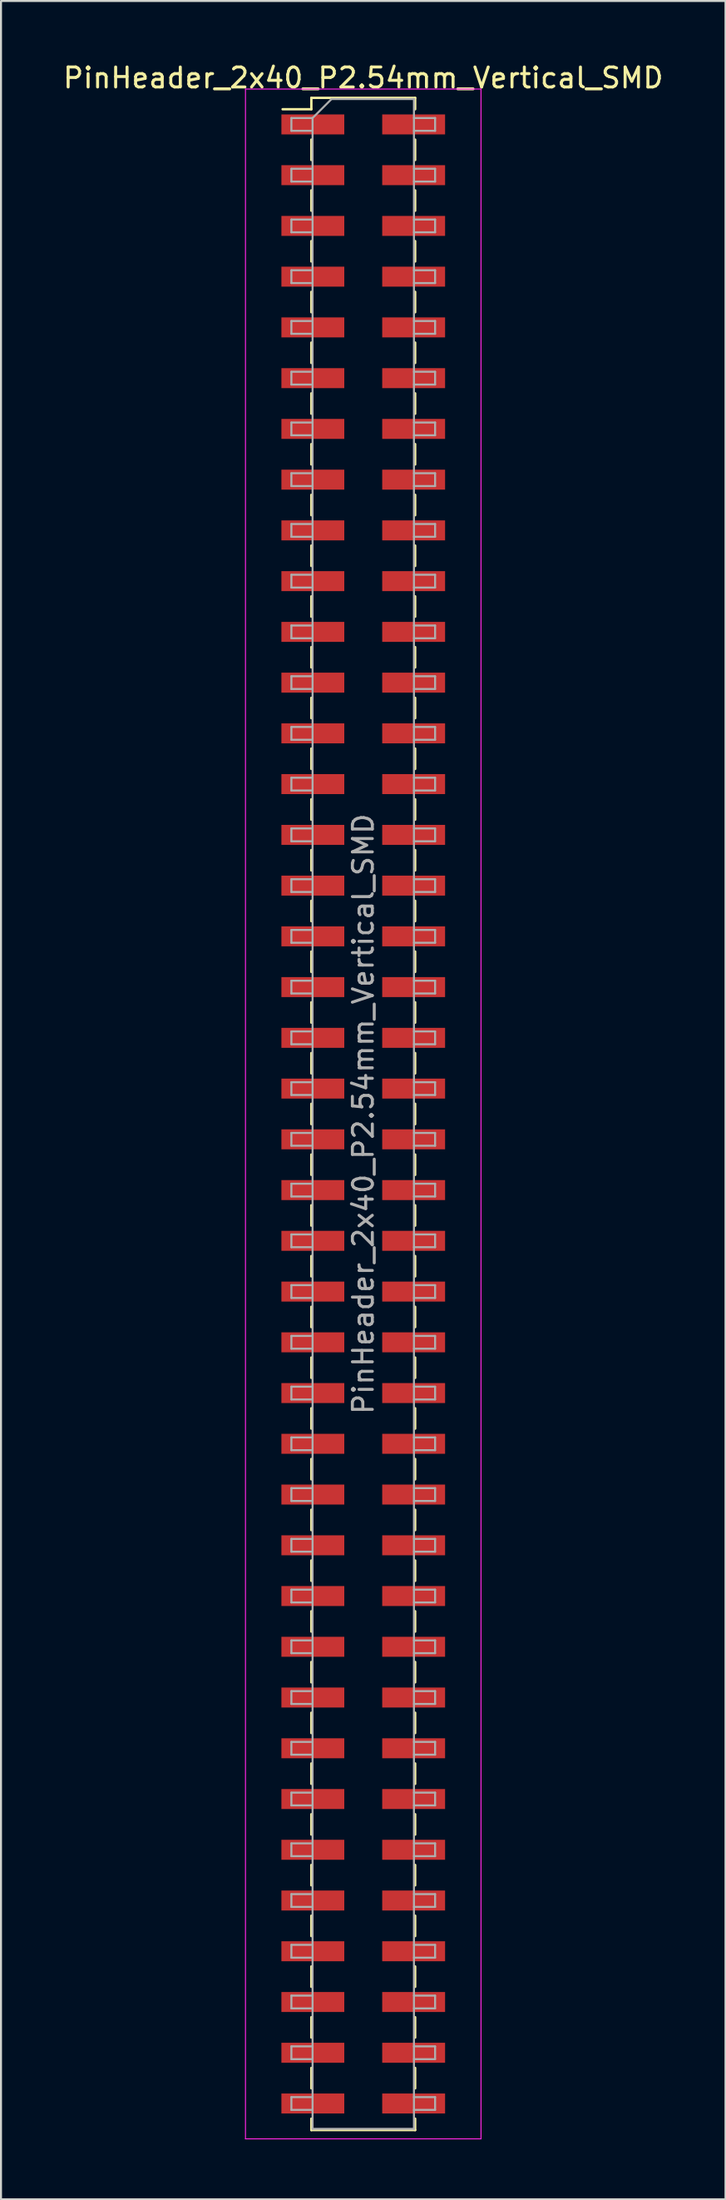
<source format=kicad_pcb>
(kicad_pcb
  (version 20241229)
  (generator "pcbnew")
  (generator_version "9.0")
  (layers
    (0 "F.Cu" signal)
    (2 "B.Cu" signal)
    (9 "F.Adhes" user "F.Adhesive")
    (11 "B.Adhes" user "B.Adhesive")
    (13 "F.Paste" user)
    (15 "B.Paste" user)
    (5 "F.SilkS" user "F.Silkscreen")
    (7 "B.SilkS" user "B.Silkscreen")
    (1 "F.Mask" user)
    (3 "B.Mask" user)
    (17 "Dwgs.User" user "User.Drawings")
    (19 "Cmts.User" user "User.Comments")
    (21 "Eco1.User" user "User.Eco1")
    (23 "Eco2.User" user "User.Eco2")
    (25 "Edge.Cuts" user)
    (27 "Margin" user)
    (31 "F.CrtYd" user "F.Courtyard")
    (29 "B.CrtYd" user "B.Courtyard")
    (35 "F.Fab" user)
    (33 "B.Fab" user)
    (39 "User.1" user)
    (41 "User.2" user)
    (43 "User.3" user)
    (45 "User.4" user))
  (footprint "PinHeader_2x40_P2.54mm_Vertical_SMD"
    (layer "F.Cu")
    (at 15.149 52.708)
    (property "Reference" "PinHeader_2x40_P2.54mm_Vertical_SMD" (at 0 -51.86 0) (layer "F.SilkS") (effects (font (size 1 1) (thickness 0.15))))
    (attr smd)
    (fp_line (start -4.04 -50.29) (end -2.6 -50.29) (stroke (width 0.12) (type solid)) (layer "F.SilkS"))
    (fp_line (start -2.6 -50.86) (end -2.6 -50.29) (stroke (width 0.12) (type solid)) (layer "F.SilkS"))
    (fp_line (start -2.6 -50.86) (end 2.6 -50.86) (stroke (width 0.12) (type solid)) (layer "F.SilkS"))
    (fp_line (start -2.6 -48.77) (end -2.6 -47.75) (stroke (width 0.12) (type solid)) (layer "F.SilkS"))
    (fp_line (start -2.6 -46.23) (end -2.6 -45.21) (stroke (width 0.12) (type solid)) (layer "F.SilkS"))
    (fp_line (start -2.6 -43.69) (end -2.6 -42.67) (stroke (width 0.12) (type solid)) (layer "F.SilkS"))
    (fp_line (start -2.6 -41.15) (end -2.6 -40.13) (stroke (width 0.12) (type solid)) (layer "F.SilkS"))
    (fp_line (start -2.6 -38.61) (end -2.6 -37.59) (stroke (width 0.12) (type solid)) (layer "F.SilkS"))
    (fp_line (start -2.6 -36.07) (end -2.6 -35.05) (stroke (width 0.12) (type solid)) (layer "F.SilkS"))
    (fp_line (start -2.6 -33.53) (end -2.6 -32.51) (stroke (width 0.12) (type solid)) (layer "F.SilkS"))
    (fp_line (start -2.6 -30.99) (end -2.6 -29.97) (stroke (width 0.12) (type solid)) (layer "F.SilkS"))
    (fp_line (start -2.6 -28.45) (end -2.6 -27.43) (stroke (width 0.12) (type solid)) (layer "F.SilkS"))
    (fp_line (start -2.6 -25.91) (end -2.6 -24.89) (stroke (width 0.12) (type solid)) (layer "F.SilkS"))
    (fp_line (start -2.6 -23.37) (end -2.6 -22.35) (stroke (width 0.12) (type solid)) (layer "F.SilkS"))
    (fp_line (start -2.6 -20.83) (end -2.6 -19.81) (stroke (width 0.12) (type solid)) (layer "F.SilkS"))
    (fp_line (start -2.6 -18.29) (end -2.6 -17.27) (stroke (width 0.12) (type solid)) (layer "F.SilkS"))
    (fp_line (start -2.6 -15.75) (end -2.6 -14.73) (stroke (width 0.12) (type solid)) (layer "F.SilkS"))
    (fp_line (start -2.6 -13.21) (end -2.6 -12.19) (stroke (width 0.12) (type solid)) (layer "F.SilkS"))
    (fp_line (start -2.6 -10.67) (end -2.6 -9.65) (stroke (width 0.12) (type solid)) (layer "F.SilkS"))
    (fp_line (start -2.6 -8.13) (end -2.6 -7.11) (stroke (width 0.12) (type solid)) (layer "F.SilkS"))
    (fp_line (start -2.6 -5.59) (end -2.6 -4.57) (stroke (width 0.12) (type solid)) (layer "F.SilkS"))
    (fp_line (start -2.6 -3.05) (end -2.6 -2.03) (stroke (width 0.12) (type solid)) (layer "F.SilkS"))
    (fp_line (start -2.6 -0.51) (end -2.6 0.51) (stroke (width 0.12) (type solid)) (layer "F.SilkS"))
    (fp_line (start -2.6 2.03) (end -2.6 3.05) (stroke (width 0.12) (type solid)) (layer "F.SilkS"))
    (fp_line (start -2.6 4.57) (end -2.6 5.59) (stroke (width 0.12) (type solid)) (layer "F.SilkS"))
    (fp_line (start -2.6 7.11) (end -2.6 8.13) (stroke (width 0.12) (type solid)) (layer "F.SilkS"))
    (fp_line (start -2.6 9.65) (end -2.6 10.67) (stroke (width 0.12) (type solid)) (layer "F.SilkS"))
    (fp_line (start -2.6 12.19) (end -2.6 13.21) (stroke (width 0.12) (type solid)) (layer "F.SilkS"))
    (fp_line (start -2.6 14.73) (end -2.6 15.75) (stroke (width 0.12) (type solid)) (layer "F.SilkS"))
    (fp_line (start -2.6 17.27) (end -2.6 18.29) (stroke (width 0.12) (type solid)) (layer "F.SilkS"))
    (fp_line (start -2.6 19.81) (end -2.6 20.83) (stroke (width 0.12) (type solid)) (layer "F.SilkS"))
    (fp_line (start -2.6 22.35) (end -2.6 23.37) (stroke (width 0.12) (type solid)) (layer "F.SilkS"))
    (fp_line (start -2.6 24.89) (end -2.6 25.91) (stroke (width 0.12) (type solid)) (layer "F.SilkS"))
    (fp_line (start -2.6 27.43) (end -2.6 28.45) (stroke (width 0.12) (type solid)) (layer "F.SilkS"))
    (fp_line (start -2.6 29.97) (end -2.6 30.99) (stroke (width 0.12) (type solid)) (layer "F.SilkS"))
    (fp_line (start -2.6 32.51) (end -2.6 33.53) (stroke (width 0.12) (type solid)) (layer "F.SilkS"))
    (fp_line (start -2.6 35.05) (end -2.6 36.07) (stroke (width 0.12) (type solid)) (layer "F.SilkS"))
    (fp_line (start -2.6 37.59) (end -2.6 38.61) (stroke (width 0.12) (type solid)) (layer "F.SilkS"))
    (fp_line (start -2.6 40.13) (end -2.6 41.15) (stroke (width 0.12) (type solid)) (layer "F.SilkS"))
    (fp_line (start -2.6 42.67) (end -2.6 43.69) (stroke (width 0.12) (type solid)) (layer "F.SilkS"))
    (fp_line (start -2.6 45.21) (end -2.6 46.23) (stroke (width 0.12) (type solid)) (layer "F.SilkS"))
    (fp_line (start -2.6 47.75) (end -2.6 48.77) (stroke (width 0.12) (type solid)) (layer "F.SilkS"))
    (fp_line (start -2.6 50.29) (end -2.6 50.86) (stroke (width 0.12) (type solid)) (layer "F.SilkS"))
    (fp_line (start -2.6 50.86) (end 2.6 50.86) (stroke (width 0.12) (type solid)) (layer "F.SilkS"))
    (fp_line (start 2.6 -50.86) (end 2.6 -50.29) (stroke (width 0.12) (type solid)) (layer "F.SilkS"))
    (fp_line (start 2.6 -48.77) (end 2.6 -47.75) (stroke (width 0.12) (type solid)) (layer "F.SilkS"))
    (fp_line (start 2.6 -46.23) (end 2.6 -45.21) (stroke (width 0.12) (type solid)) (layer "F.SilkS"))
    (fp_line (start 2.6 -43.69) (end 2.6 -42.67) (stroke (width 0.12) (type solid)) (layer "F.SilkS"))
    (fp_line (start 2.6 -41.15) (end 2.6 -40.13) (stroke (width 0.12) (type solid)) (layer "F.SilkS"))
    (fp_line (start 2.6 -38.61) (end 2.6 -37.59) (stroke (width 0.12) (type solid)) (layer "F.SilkS"))
    (fp_line (start 2.6 -36.07) (end 2.6 -35.05) (stroke (width 0.12) (type solid)) (layer "F.SilkS"))
    (fp_line (start 2.6 -33.53) (end 2.6 -32.51) (stroke (width 0.12) (type solid)) (layer "F.SilkS"))
    (fp_line (start 2.6 -30.99) (end 2.6 -29.97) (stroke (width 0.12) (type solid)) (layer "F.SilkS"))
    (fp_line (start 2.6 -28.45) (end 2.6 -27.43) (stroke (width 0.12) (type solid)) (layer "F.SilkS"))
    (fp_line (start 2.6 -25.91) (end 2.6 -24.89) (stroke (width 0.12) (type solid)) (layer "F.SilkS"))
    (fp_line (start 2.6 -23.37) (end 2.6 -22.35) (stroke (width 0.12) (type solid)) (layer "F.SilkS"))
    (fp_line (start 2.6 -20.83) (end 2.6 -19.81) (stroke (width 0.12) (type solid)) (layer "F.SilkS"))
    (fp_line (start 2.6 -18.29) (end 2.6 -17.27) (stroke (width 0.12) (type solid)) (layer "F.SilkS"))
    (fp_line (start 2.6 -15.75) (end 2.6 -14.73) (stroke (width 0.12) (type solid)) (layer "F.SilkS"))
    (fp_line (start 2.6 -13.21) (end 2.6 -12.19) (stroke (width 0.12) (type solid)) (layer "F.SilkS"))
    (fp_line (start 2.6 -10.67) (end 2.6 -9.65) (stroke (width 0.12) (type solid)) (layer "F.SilkS"))
    (fp_line (start 2.6 -8.13) (end 2.6 -7.11) (stroke (width 0.12) (type solid)) (layer "F.SilkS"))
    (fp_line (start 2.6 -5.59) (end 2.6 -4.57) (stroke (width 0.12) (type solid)) (layer "F.SilkS"))
    (fp_line (start 2.6 -3.05) (end 2.6 -2.03) (stroke (width 0.12) (type solid)) (layer "F.SilkS"))
    (fp_line (start 2.6 -0.51) (end 2.6 0.51) (stroke (width 0.12) (type solid)) (layer "F.SilkS"))
    (fp_line (start 2.6 2.03) (end 2.6 3.05) (stroke (width 0.12) (type solid)) (layer "F.SilkS"))
    (fp_line (start 2.6 4.57) (end 2.6 5.59) (stroke (width 0.12) (type solid)) (layer "F.SilkS"))
    (fp_line (start 2.6 7.11) (end 2.6 8.13) (stroke (width 0.12) (type solid)) (layer "F.SilkS"))
    (fp_line (start 2.6 9.65) (end 2.6 10.67) (stroke (width 0.12) (type solid)) (layer "F.SilkS"))
    (fp_line (start 2.6 12.19) (end 2.6 13.21) (stroke (width 0.12) (type solid)) (layer "F.SilkS"))
    (fp_line (start 2.6 14.73) (end 2.6 15.75) (stroke (width 0.12) (type solid)) (layer "F.SilkS"))
    (fp_line (start 2.6 17.27) (end 2.6 18.29) (stroke (width 0.12) (type solid)) (layer "F.SilkS"))
    (fp_line (start 2.6 19.81) (end 2.6 20.83) (stroke (width 0.12) (type solid)) (layer "F.SilkS"))
    (fp_line (start 2.6 22.35) (end 2.6 23.37) (stroke (width 0.12) (type solid)) (layer "F.SilkS"))
    (fp_line (start 2.6 24.89) (end 2.6 25.91) (stroke (width 0.12) (type solid)) (layer "F.SilkS"))
    (fp_line (start 2.6 27.43) (end 2.6 28.45) (stroke (width 0.12) (type solid)) (layer "F.SilkS"))
    (fp_line (start 2.6 29.97) (end 2.6 30.99) (stroke (width 0.12) (type solid)) (layer "F.SilkS"))
    (fp_line (start 2.6 32.51) (end 2.6 33.53) (stroke (width 0.12) (type solid)) (layer "F.SilkS"))
    (fp_line (start 2.6 35.05) (end 2.6 36.07) (stroke (width 0.12) (type solid)) (layer "F.SilkS"))
    (fp_line (start 2.6 37.59) (end 2.6 38.61) (stroke (width 0.12) (type solid)) (layer "F.SilkS"))
    (fp_line (start 2.6 40.13) (end 2.6 41.15) (stroke (width 0.12) (type solid)) (layer "F.SilkS"))
    (fp_line (start 2.6 42.67) (end 2.6 43.69) (stroke (width 0.12) (type solid)) (layer "F.SilkS"))
    (fp_line (start 2.6 45.21) (end 2.6 46.23) (stroke (width 0.12) (type solid)) (layer "F.SilkS"))
    (fp_line (start 2.6 47.75) (end 2.6 48.77) (stroke (width 0.12) (type solid)) (layer "F.SilkS"))
    (fp_line (start 2.6 50.29) (end 2.6 50.86) (stroke (width 0.12) (type solid)) (layer "F.SilkS"))
    (fp_line (start -5.9 -51.3) (end -5.9 51.3) (stroke (width 0.05) (type solid)) (layer "F.CrtYd"))
    (fp_line (start -5.9 51.3) (end 5.9 51.3) (stroke (width 0.05) (type solid)) (layer "F.CrtYd"))
    (fp_line (start 5.9 -51.3) (end -5.9 -51.3) (stroke (width 0.05) (type solid)) (layer "F.CrtYd"))
    (fp_line (start 5.9 51.3) (end 5.9 -51.3) (stroke (width 0.05) (type solid)) (layer "F.CrtYd"))
    (fp_line (start -3.6 -49.85) (end -3.6 -49.21) (stroke (width 0.1) (type solid)) (layer "F.Fab"))
    (fp_line (start -3.6 -49.21) (end -2.54 -49.21) (stroke (width 0.1) (type solid)) (layer "F.Fab"))
    (fp_line (start -3.6 -47.31) (end -3.6 -46.67) (stroke (width 0.1) (type solid)) (layer "F.Fab"))
    (fp_line (start -3.6 -46.67) (end -2.54 -46.67) (stroke (width 0.1) (type solid)) (layer "F.Fab"))
    (fp_line (start -3.6 -44.77) (end -3.6 -44.13) (stroke (width 0.1) (type solid)) (layer "F.Fab"))
    (fp_line (start -3.6 -44.13) (end -2.54 -44.13) (stroke (width 0.1) (type solid)) (layer "F.Fab"))
    (fp_line (start -3.6 -42.23) (end -3.6 -41.59) (stroke (width 0.1) (type solid)) (layer "F.Fab"))
    (fp_line (start -3.6 -41.59) (end -2.54 -41.59) (stroke (width 0.1) (type solid)) (layer "F.Fab"))
    (fp_line (start -3.6 -39.69) (end -3.6 -39.05) (stroke (width 0.1) (type solid)) (layer "F.Fab"))
    (fp_line (start -3.6 -39.05) (end -2.54 -39.05) (stroke (width 0.1) (type solid)) (layer "F.Fab"))
    (fp_line (start -3.6 -37.15) (end -3.6 -36.51) (stroke (width 0.1) (type solid)) (layer "F.Fab"))
    (fp_line (start -3.6 -36.51) (end -2.54 -36.51) (stroke (width 0.1) (type solid)) (layer "F.Fab"))
    (fp_line (start -3.6 -34.61) (end -3.6 -33.97) (stroke (width 0.1) (type solid)) (layer "F.Fab"))
    (fp_line (start -3.6 -33.97) (end -2.54 -33.97) (stroke (width 0.1) (type solid)) (layer "F.Fab"))
    (fp_line (start -3.6 -32.07) (end -3.6 -31.43) (stroke (width 0.1) (type solid)) (layer "F.Fab"))
    (fp_line (start -3.6 -31.43) (end -2.54 -31.43) (stroke (width 0.1) (type solid)) (layer "F.Fab"))
    (fp_line (start -3.6 -29.53) (end -3.6 -28.89) (stroke (width 0.1) (type solid)) (layer "F.Fab"))
    (fp_line (start -3.6 -28.89) (end -2.54 -28.89) (stroke (width 0.1) (type solid)) (layer "F.Fab"))
    (fp_line (start -3.6 -26.99) (end -3.6 -26.35) (stroke (width 0.1) (type solid)) (layer "F.Fab"))
    (fp_line (start -3.6 -26.35) (end -2.54 -26.35) (stroke (width 0.1) (type solid)) (layer "F.Fab"))
    (fp_line (start -3.6 -24.45) (end -3.6 -23.81) (stroke (width 0.1) (type solid)) (layer "F.Fab"))
    (fp_line (start -3.6 -23.81) (end -2.54 -23.81) (stroke (width 0.1) (type solid)) (layer "F.Fab"))
    (fp_line (start -3.6 -21.91) (end -3.6 -21.27) (stroke (width 0.1) (type solid)) (layer "F.Fab"))
    (fp_line (start -3.6 -21.27) (end -2.54 -21.27) (stroke (width 0.1) (type solid)) (layer "F.Fab"))
    (fp_line (start -3.6 -19.37) (end -3.6 -18.73) (stroke (width 0.1) (type solid)) (layer "F.Fab"))
    (fp_line (start -3.6 -18.73) (end -2.54 -18.73) (stroke (width 0.1) (type solid)) (layer "F.Fab"))
    (fp_line (start -3.6 -16.83) (end -3.6 -16.19) (stroke (width 0.1) (type solid)) (layer "F.Fab"))
    (fp_line (start -3.6 -16.19) (end -2.54 -16.19) (stroke (width 0.1) (type solid)) (layer "F.Fab"))
    (fp_line (start -3.6 -14.29) (end -3.6 -13.65) (stroke (width 0.1) (type solid)) (layer "F.Fab"))
    (fp_line (start -3.6 -13.65) (end -2.54 -13.65) (stroke (width 0.1) (type solid)) (layer "F.Fab"))
    (fp_line (start -3.6 -11.75) (end -3.6 -11.11) (stroke (width 0.1) (type solid)) (layer "F.Fab"))
    (fp_line (start -3.6 -11.11) (end -2.54 -11.11) (stroke (width 0.1) (type solid)) (layer "F.Fab"))
    (fp_line (start -3.6 -9.21) (end -3.6 -8.57) (stroke (width 0.1) (type solid)) (layer "F.Fab"))
    (fp_line (start -3.6 -8.57) (end -2.54 -8.57) (stroke (width 0.1) (type solid)) (layer "F.Fab"))
    (fp_line (start -3.6 -6.67) (end -3.6 -6.03) (stroke (width 0.1) (type solid)) (layer "F.Fab"))
    (fp_line (start -3.6 -6.03) (end -2.54 -6.03) (stroke (width 0.1) (type solid)) (layer "F.Fab"))
    (fp_line (start -3.6 -4.13) (end -3.6 -3.49) (stroke (width 0.1) (type solid)) (layer "F.Fab"))
    (fp_line (start -3.6 -3.49) (end -2.54 -3.49) (stroke (width 0.1) (type solid)) (layer "F.Fab"))
    (fp_line (start -3.6 -1.59) (end -3.6 -0.95) (stroke (width 0.1) (type solid)) (layer "F.Fab"))
    (fp_line (start -3.6 -0.95) (end -2.54 -0.95) (stroke (width 0.1) (type solid)) (layer "F.Fab"))
    (fp_line (start -3.6 0.95) (end -3.6 1.59) (stroke (width 0.1) (type solid)) (layer "F.Fab"))
    (fp_line (start -3.6 1.59) (end -2.54 1.59) (stroke (width 0.1) (type solid)) (layer "F.Fab"))
    (fp_line (start -3.6 3.49) (end -3.6 4.13) (stroke (width 0.1) (type solid)) (layer "F.Fab"))
    (fp_line (start -3.6 4.13) (end -2.54 4.13) (stroke (width 0.1) (type solid)) (layer "F.Fab"))
    (fp_line (start -3.6 6.03) (end -3.6 6.67) (stroke (width 0.1) (type solid)) (layer "F.Fab"))
    (fp_line (start -3.6 6.67) (end -2.54 6.67) (stroke (width 0.1) (type solid)) (layer "F.Fab"))
    (fp_line (start -3.6 8.57) (end -3.6 9.21) (stroke (width 0.1) (type solid)) (layer "F.Fab"))
    (fp_line (start -3.6 9.21) (end -2.54 9.21) (stroke (width 0.1) (type solid)) (layer "F.Fab"))
    (fp_line (start -3.6 11.11) (end -3.6 11.75) (stroke (width 0.1) (type solid)) (layer "F.Fab"))
    (fp_line (start -3.6 11.75) (end -2.54 11.75) (stroke (width 0.1) (type solid)) (layer "F.Fab"))
    (fp_line (start -3.6 13.65) (end -3.6 14.29) (stroke (width 0.1) (type solid)) (layer "F.Fab"))
    (fp_line (start -3.6 14.29) (end -2.54 14.29) (stroke (width 0.1) (type solid)) (layer "F.Fab"))
    (fp_line (start -3.6 16.19) (end -3.6 16.83) (stroke (width 0.1) (type solid)) (layer "F.Fab"))
    (fp_line (start -3.6 16.83) (end -2.54 16.83) (stroke (width 0.1) (type solid)) (layer "F.Fab"))
    (fp_line (start -3.6 18.73) (end -3.6 19.37) (stroke (width 0.1) (type solid)) (layer "F.Fab"))
    (fp_line (start -3.6 19.37) (end -2.54 19.37) (stroke (width 0.1) (type solid)) (layer "F.Fab"))
    (fp_line (start -3.6 21.27) (end -3.6 21.91) (stroke (width 0.1) (type solid)) (layer "F.Fab"))
    (fp_line (start -3.6 21.91) (end -2.54 21.91) (stroke (width 0.1) (type solid)) (layer "F.Fab"))
    (fp_line (start -3.6 23.81) (end -3.6 24.45) (stroke (width 0.1) (type solid)) (layer "F.Fab"))
    (fp_line (start -3.6 24.45) (end -2.54 24.45) (stroke (width 0.1) (type solid)) (layer "F.Fab"))
    (fp_line (start -3.6 26.35) (end -3.6 26.99) (stroke (width 0.1) (type solid)) (layer "F.Fab"))
    (fp_line (start -3.6 26.99) (end -2.54 26.99) (stroke (width 0.1) (type solid)) (layer "F.Fab"))
    (fp_line (start -3.6 28.89) (end -3.6 29.53) (stroke (width 0.1) (type solid)) (layer "F.Fab"))
    (fp_line (start -3.6 29.53) (end -2.54 29.53) (stroke (width 0.1) (type solid)) (layer "F.Fab"))
    (fp_line (start -3.6 31.43) (end -3.6 32.07) (stroke (width 0.1) (type solid)) (layer "F.Fab"))
    (fp_line (start -3.6 32.07) (end -2.54 32.07) (stroke (width 0.1) (type solid)) (layer "F.Fab"))
    (fp_line (start -3.6 33.97) (end -3.6 34.61) (stroke (width 0.1) (type solid)) (layer "F.Fab"))
    (fp_line (start -3.6 34.61) (end -2.54 34.61) (stroke (width 0.1) (type solid)) (layer "F.Fab"))
    (fp_line (start -3.6 36.51) (end -3.6 37.15) (stroke (width 0.1) (type solid)) (layer "F.Fab"))
    (fp_line (start -3.6 37.15) (end -2.54 37.15) (stroke (width 0.1) (type solid)) (layer "F.Fab"))
    (fp_line (start -3.6 39.05) (end -3.6 39.69) (stroke (width 0.1) (type solid)) (layer "F.Fab"))
    (fp_line (start -3.6 39.69) (end -2.54 39.69) (stroke (width 0.1) (type solid)) (layer "F.Fab"))
    (fp_line (start -3.6 41.59) (end -3.6 42.23) (stroke (width 0.1) (type solid)) (layer "F.Fab"))
    (fp_line (start -3.6 42.23) (end -2.54 42.23) (stroke (width 0.1) (type solid)) (layer "F.Fab"))
    (fp_line (start -3.6 44.13) (end -3.6 44.77) (stroke (width 0.1) (type solid)) (layer "F.Fab"))
    (fp_line (start -3.6 44.77) (end -2.54 44.77) (stroke (width 0.1) (type solid)) (layer "F.Fab"))
    (fp_line (start -3.6 46.67) (end -3.6 47.31) (stroke (width 0.1) (type solid)) (layer "F.Fab"))
    (fp_line (start -3.6 47.31) (end -2.54 47.31) (stroke (width 0.1) (type solid)) (layer "F.Fab"))
    (fp_line (start -3.6 49.21) (end -3.6 49.85) (stroke (width 0.1) (type solid)) (layer "F.Fab"))
    (fp_line (start -3.6 49.85) (end -2.54 49.85) (stroke (width 0.1) (type solid)) (layer "F.Fab"))
    (fp_line (start -2.54 -49.85) (end -3.6 -49.85) (stroke (width 0.1) (type solid)) (layer "F.Fab"))
    (fp_line (start -2.54 -49.85) (end -1.59 -50.8) (stroke (width 0.1) (type solid)) (layer "F.Fab"))
    (fp_line (start -2.54 -47.31) (end -3.6 -47.31) (stroke (width 0.1) (type solid)) (layer "F.Fab"))
    (fp_line (start -2.54 -44.77) (end -3.6 -44.77) (stroke (width 0.1) (type solid)) (layer "F.Fab"))
    (fp_line (start -2.54 -42.23) (end -3.6 -42.23) (stroke (width 0.1) (type solid)) (layer "F.Fab"))
    (fp_line (start -2.54 -39.69) (end -3.6 -39.69) (stroke (width 0.1) (type solid)) (layer "F.Fab"))
    (fp_line (start -2.54 -37.15) (end -3.6 -37.15) (stroke (width 0.1) (type solid)) (layer "F.Fab"))
    (fp_line (start -2.54 -34.61) (end -3.6 -34.61) (stroke (width 0.1) (type solid)) (layer "F.Fab"))
    (fp_line (start -2.54 -32.07) (end -3.6 -32.07) (stroke (width 0.1) (type solid)) (layer "F.Fab"))
    (fp_line (start -2.54 -29.53) (end -3.6 -29.53) (stroke (width 0.1) (type solid)) (layer "F.Fab"))
    (fp_line (start -2.54 -26.99) (end -3.6 -26.99) (stroke (width 0.1) (type solid)) (layer "F.Fab"))
    (fp_line (start -2.54 -24.45) (end -3.6 -24.45) (stroke (width 0.1) (type solid)) (layer "F.Fab"))
    (fp_line (start -2.54 -21.91) (end -3.6 -21.91) (stroke (width 0.1) (type solid)) (layer "F.Fab"))
    (fp_line (start -2.54 -19.37) (end -3.6 -19.37) (stroke (width 0.1) (type solid)) (layer "F.Fab"))
    (fp_line (start -2.54 -16.83) (end -3.6 -16.83) (stroke (width 0.1) (type solid)) (layer "F.Fab"))
    (fp_line (start -2.54 -14.29) (end -3.6 -14.29) (stroke (width 0.1) (type solid)) (layer "F.Fab"))
    (fp_line (start -2.54 -11.75) (end -3.6 -11.75) (stroke (width 0.1) (type solid)) (layer "F.Fab"))
    (fp_line (start -2.54 -9.21) (end -3.6 -9.21) (stroke (width 0.1) (type solid)) (layer "F.Fab"))
    (fp_line (start -2.54 -6.67) (end -3.6 -6.67) (stroke (width 0.1) (type solid)) (layer "F.Fab"))
    (fp_line (start -2.54 -4.13) (end -3.6 -4.13) (stroke (width 0.1) (type solid)) (layer "F.Fab"))
    (fp_line (start -2.54 -1.59) (end -3.6 -1.59) (stroke (width 0.1) (type solid)) (layer "F.Fab"))
    (fp_line (start -2.54 0.95) (end -3.6 0.95) (stroke (width 0.1) (type solid)) (layer "F.Fab"))
    (fp_line (start -2.54 3.49) (end -3.6 3.49) (stroke (width 0.1) (type solid)) (layer "F.Fab"))
    (fp_line (start -2.54 6.03) (end -3.6 6.03) (stroke (width 0.1) (type solid)) (layer "F.Fab"))
    (fp_line (start -2.54 8.57) (end -3.6 8.57) (stroke (width 0.1) (type solid)) (layer "F.Fab"))
    (fp_line (start -2.54 11.11) (end -3.6 11.11) (stroke (width 0.1) (type solid)) (layer "F.Fab"))
    (fp_line (start -2.54 13.65) (end -3.6 13.65) (stroke (width 0.1) (type solid)) (layer "F.Fab"))
    (fp_line (start -2.54 16.19) (end -3.6 16.19) (stroke (width 0.1) (type solid)) (layer "F.Fab"))
    (fp_line (start -2.54 18.73) (end -3.6 18.73) (stroke (width 0.1) (type solid)) (layer "F.Fab"))
    (fp_line (start -2.54 21.27) (end -3.6 21.27) (stroke (width 0.1) (type solid)) (layer "F.Fab"))
    (fp_line (start -2.54 23.81) (end -3.6 23.81) (stroke (width 0.1) (type solid)) (layer "F.Fab"))
    (fp_line (start -2.54 26.35) (end -3.6 26.35) (stroke (width 0.1) (type solid)) (layer "F.Fab"))
    (fp_line (start -2.54 28.89) (end -3.6 28.89) (stroke (width 0.1) (type solid)) (layer "F.Fab"))
    (fp_line (start -2.54 31.43) (end -3.6 31.43) (stroke (width 0.1) (type solid)) (layer "F.Fab"))
    (fp_line (start -2.54 33.97) (end -3.6 33.97) (stroke (width 0.1) (type solid)) (layer "F.Fab"))
    (fp_line (start -2.54 36.51) (end -3.6 36.51) (stroke (width 0.1) (type solid)) (layer "F.Fab"))
    (fp_line (start -2.54 39.05) (end -3.6 39.05) (stroke (width 0.1) (type solid)) (layer "F.Fab"))
    (fp_line (start -2.54 41.59) (end -3.6 41.59) (stroke (width 0.1) (type solid)) (layer "F.Fab"))
    (fp_line (start -2.54 44.13) (end -3.6 44.13) (stroke (width 0.1) (type solid)) (layer "F.Fab"))
    (fp_line (start -2.54 46.67) (end -3.6 46.67) (stroke (width 0.1) (type solid)) (layer "F.Fab"))
    (fp_line (start -2.54 49.21) (end -3.6 49.21) (stroke (width 0.1) (type solid)) (layer "F.Fab"))
    (fp_line (start -2.54 50.8) (end -2.54 -49.85) (stroke (width 0.1) (type solid)) (layer "F.Fab"))
    (fp_line (start -1.59 -50.8) (end 2.54 -50.8) (stroke (width 0.1) (type solid)) (layer "F.Fab"))
    (fp_line (start 2.54 -50.8) (end 2.54 50.8) (stroke (width 0.1) (type solid)) (layer "F.Fab"))
    (fp_line (start 2.54 -49.85) (end 3.6 -49.85) (stroke (width 0.1) (type solid)) (layer "F.Fab"))
    (fp_line (start 2.54 -47.31) (end 3.6 -47.31) (stroke (width 0.1) (type solid)) (layer "F.Fab"))
    (fp_line (start 2.54 -44.77) (end 3.6 -44.77) (stroke (width 0.1) (type solid)) (layer "F.Fab"))
    (fp_line (start 2.54 -42.23) (end 3.6 -42.23) (stroke (width 0.1) (type solid)) (layer "F.Fab"))
    (fp_line (start 2.54 -39.69) (end 3.6 -39.69) (stroke (width 0.1) (type solid)) (layer "F.Fab"))
    (fp_line (start 2.54 -37.15) (end 3.6 -37.15) (stroke (width 0.1) (type solid)) (layer "F.Fab"))
    (fp_line (start 2.54 -34.61) (end 3.6 -34.61) (stroke (width 0.1) (type solid)) (layer "F.Fab"))
    (fp_line (start 2.54 -32.07) (end 3.6 -32.07) (stroke (width 0.1) (type solid)) (layer "F.Fab"))
    (fp_line (start 2.54 -29.53) (end 3.6 -29.53) (stroke (width 0.1) (type solid)) (layer "F.Fab"))
    (fp_line (start 2.54 -26.99) (end 3.6 -26.99) (stroke (width 0.1) (type solid)) (layer "F.Fab"))
    (fp_line (start 2.54 -24.45) (end 3.6 -24.45) (stroke (width 0.1) (type solid)) (layer "F.Fab"))
    (fp_line (start 2.54 -21.91) (end 3.6 -21.91) (stroke (width 0.1) (type solid)) (layer "F.Fab"))
    (fp_line (start 2.54 -19.37) (end 3.6 -19.37) (stroke (width 0.1) (type solid)) (layer "F.Fab"))
    (fp_line (start 2.54 -16.83) (end 3.6 -16.83) (stroke (width 0.1) (type solid)) (layer "F.Fab"))
    (fp_line (start 2.54 -14.29) (end 3.6 -14.29) (stroke (width 0.1) (type solid)) (layer "F.Fab"))
    (fp_line (start 2.54 -11.75) (end 3.6 -11.75) (stroke (width 0.1) (type solid)) (layer "F.Fab"))
    (fp_line (start 2.54 -9.21) (end 3.6 -9.21) (stroke (width 0.1) (type solid)) (layer "F.Fab"))
    (fp_line (start 2.54 -6.67) (end 3.6 -6.67) (stroke (width 0.1) (type solid)) (layer "F.Fab"))
    (fp_line (start 2.54 -4.13) (end 3.6 -4.13) (stroke (width 0.1) (type solid)) (layer "F.Fab"))
    (fp_line (start 2.54 -1.59) (end 3.6 -1.59) (stroke (width 0.1) (type solid)) (layer "F.Fab"))
    (fp_line (start 2.54 0.95) (end 3.6 0.95) (stroke (width 0.1) (type solid)) (layer "F.Fab"))
    (fp_line (start 2.54 3.49) (end 3.6 3.49) (stroke (width 0.1) (type solid)) (layer "F.Fab"))
    (fp_line (start 2.54 6.03) (end 3.6 6.03) (stroke (width 0.1) (type solid)) (layer "F.Fab"))
    (fp_line (start 2.54 8.57) (end 3.6 8.57) (stroke (width 0.1) (type solid)) (layer "F.Fab"))
    (fp_line (start 2.54 11.11) (end 3.6 11.11) (stroke (width 0.1) (type solid)) (layer "F.Fab"))
    (fp_line (start 2.54 13.65) (end 3.6 13.65) (stroke (width 0.1) (type solid)) (layer "F.Fab"))
    (fp_line (start 2.54 16.19) (end 3.6 16.19) (stroke (width 0.1) (type solid)) (layer "F.Fab"))
    (fp_line (start 2.54 18.73) (end 3.6 18.73) (stroke (width 0.1) (type solid)) (layer "F.Fab"))
    (fp_line (start 2.54 21.27) (end 3.6 21.27) (stroke (width 0.1) (type solid)) (layer "F.Fab"))
    (fp_line (start 2.54 23.81) (end 3.6 23.81) (stroke (width 0.1) (type solid)) (layer "F.Fab"))
    (fp_line (start 2.54 26.35) (end 3.6 26.35) (stroke (width 0.1) (type solid)) (layer "F.Fab"))
    (fp_line (start 2.54 28.89) (end 3.6 28.89) (stroke (width 0.1) (type solid)) (layer "F.Fab"))
    (fp_line (start 2.54 31.43) (end 3.6 31.43) (stroke (width 0.1) (type solid)) (layer "F.Fab"))
    (fp_line (start 2.54 33.97) (end 3.6 33.97) (stroke (width 0.1) (type solid)) (layer "F.Fab"))
    (fp_line (start 2.54 36.51) (end 3.6 36.51) (stroke (width 0.1) (type solid)) (layer "F.Fab"))
    (fp_line (start 2.54 39.05) (end 3.6 39.05) (stroke (width 0.1) (type solid)) (layer "F.Fab"))
    (fp_line (start 2.54 41.59) (end 3.6 41.59) (stroke (width 0.1) (type solid)) (layer "F.Fab"))
    (fp_line (start 2.54 44.13) (end 3.6 44.13) (stroke (width 0.1) (type solid)) (layer "F.Fab"))
    (fp_line (start 2.54 46.67) (end 3.6 46.67) (stroke (width 0.1) (type solid)) (layer "F.Fab"))
    (fp_line (start 2.54 49.21) (end 3.6 49.21) (stroke (width 0.1) (type solid)) (layer "F.Fab"))
    (fp_line (start 2.54 50.8) (end -2.54 50.8) (stroke (width 0.1) (type solid)) (layer "F.Fab"))
    (fp_line (start 3.6 -49.85) (end 3.6 -49.21) (stroke (width 0.1) (type solid)) (layer "F.Fab"))
    (fp_line (start 3.6 -49.21) (end 2.54 -49.21) (stroke (width 0.1) (type solid)) (layer "F.Fab"))
    (fp_line (start 3.6 -47.31) (end 3.6 -46.67) (stroke (width 0.1) (type solid)) (layer "F.Fab"))
    (fp_line (start 3.6 -46.67) (end 2.54 -46.67) (stroke (width 0.1) (type solid)) (layer "F.Fab"))
    (fp_line (start 3.6 -44.77) (end 3.6 -44.13) (stroke (width 0.1) (type solid)) (layer "F.Fab"))
    (fp_line (start 3.6 -44.13) (end 2.54 -44.13) (stroke (width 0.1) (type solid)) (layer "F.Fab"))
    (fp_line (start 3.6 -42.23) (end 3.6 -41.59) (stroke (width 0.1) (type solid)) (layer "F.Fab"))
    (fp_line (start 3.6 -41.59) (end 2.54 -41.59) (stroke (width 0.1) (type solid)) (layer "F.Fab"))
    (fp_line (start 3.6 -39.69) (end 3.6 -39.05) (stroke (width 0.1) (type solid)) (layer "F.Fab"))
    (fp_line (start 3.6 -39.05) (end 2.54 -39.05) (stroke (width 0.1) (type solid)) (layer "F.Fab"))
    (fp_line (start 3.6 -37.15) (end 3.6 -36.51) (stroke (width 0.1) (type solid)) (layer "F.Fab"))
    (fp_line (start 3.6 -36.51) (end 2.54 -36.51) (stroke (width 0.1) (type solid)) (layer "F.Fab"))
    (fp_line (start 3.6 -34.61) (end 3.6 -33.97) (stroke (width 0.1) (type solid)) (layer "F.Fab"))
    (fp_line (start 3.6 -33.97) (end 2.54 -33.97) (stroke (width 0.1) (type solid)) (layer "F.Fab"))
    (fp_line (start 3.6 -32.07) (end 3.6 -31.43) (stroke (width 0.1) (type solid)) (layer "F.Fab"))
    (fp_line (start 3.6 -31.43) (end 2.54 -31.43) (stroke (width 0.1) (type solid)) (layer "F.Fab"))
    (fp_line (start 3.6 -29.53) (end 3.6 -28.89) (stroke (width 0.1) (type solid)) (layer "F.Fab"))
    (fp_line (start 3.6 -28.89) (end 2.54 -28.89) (stroke (width 0.1) (type solid)) (layer "F.Fab"))
    (fp_line (start 3.6 -26.99) (end 3.6 -26.35) (stroke (width 0.1) (type solid)) (layer "F.Fab"))
    (fp_line (start 3.6 -26.35) (end 2.54 -26.35) (stroke (width 0.1) (type solid)) (layer "F.Fab"))
    (fp_line (start 3.6 -24.45) (end 3.6 -23.81) (stroke (width 0.1) (type solid)) (layer "F.Fab"))
    (fp_line (start 3.6 -23.81) (end 2.54 -23.81) (stroke (width 0.1) (type solid)) (layer "F.Fab"))
    (fp_line (start 3.6 -21.91) (end 3.6 -21.27) (stroke (width 0.1) (type solid)) (layer "F.Fab"))
    (fp_line (start 3.6 -21.27) (end 2.54 -21.27) (stroke (width 0.1) (type solid)) (layer "F.Fab"))
    (fp_line (start 3.6 -19.37) (end 3.6 -18.73) (stroke (width 0.1) (type solid)) (layer "F.Fab"))
    (fp_line (start 3.6 -18.73) (end 2.54 -18.73) (stroke (width 0.1) (type solid)) (layer "F.Fab"))
    (fp_line (start 3.6 -16.83) (end 3.6 -16.19) (stroke (width 0.1) (type solid)) (layer "F.Fab"))
    (fp_line (start 3.6 -16.19) (end 2.54 -16.19) (stroke (width 0.1) (type solid)) (layer "F.Fab"))
    (fp_line (start 3.6 -14.29) (end 3.6 -13.65) (stroke (width 0.1) (type solid)) (layer "F.Fab"))
    (fp_line (start 3.6 -13.65) (end 2.54 -13.65) (stroke (width 0.1) (type solid)) (layer "F.Fab"))
    (fp_line (start 3.6 -11.75) (end 3.6 -11.11) (stroke (width 0.1) (type solid)) (layer "F.Fab"))
    (fp_line (start 3.6 -11.11) (end 2.54 -11.11) (stroke (width 0.1) (type solid)) (layer "F.Fab"))
    (fp_line (start 3.6 -9.21) (end 3.6 -8.57) (stroke (width 0.1) (type solid)) (layer "F.Fab"))
    (fp_line (start 3.6 -8.57) (end 2.54 -8.57) (stroke (width 0.1) (type solid)) (layer "F.Fab"))
    (fp_line (start 3.6 -6.67) (end 3.6 -6.03) (stroke (width 0.1) (type solid)) (layer "F.Fab"))
    (fp_line (start 3.6 -6.03) (end 2.54 -6.03) (stroke (width 0.1) (type solid)) (layer "F.Fab"))
    (fp_line (start 3.6 -4.13) (end 3.6 -3.49) (stroke (width 0.1) (type solid)) (layer "F.Fab"))
    (fp_line (start 3.6 -3.49) (end 2.54 -3.49) (stroke (width 0.1) (type solid)) (layer "F.Fab"))
    (fp_line (start 3.6 -1.59) (end 3.6 -0.95) (stroke (width 0.1) (type solid)) (layer "F.Fab"))
    (fp_line (start 3.6 -0.95) (end 2.54 -0.95) (stroke (width 0.1) (type solid)) (layer "F.Fab"))
    (fp_line (start 3.6 0.95) (end 3.6 1.59) (stroke (width 0.1) (type solid)) (layer "F.Fab"))
    (fp_line (start 3.6 1.59) (end 2.54 1.59) (stroke (width 0.1) (type solid)) (layer "F.Fab"))
    (fp_line (start 3.6 3.49) (end 3.6 4.13) (stroke (width 0.1) (type solid)) (layer "F.Fab"))
    (fp_line (start 3.6 4.13) (end 2.54 4.13) (stroke (width 0.1) (type solid)) (layer "F.Fab"))
    (fp_line (start 3.6 6.03) (end 3.6 6.67) (stroke (width 0.1) (type solid)) (layer "F.Fab"))
    (fp_line (start 3.6 6.67) (end 2.54 6.67) (stroke (width 0.1) (type solid)) (layer "F.Fab"))
    (fp_line (start 3.6 8.57) (end 3.6 9.21) (stroke (width 0.1) (type solid)) (layer "F.Fab"))
    (fp_line (start 3.6 9.21) (end 2.54 9.21) (stroke (width 0.1) (type solid)) (layer "F.Fab"))
    (fp_line (start 3.6 11.11) (end 3.6 11.75) (stroke (width 0.1) (type solid)) (layer "F.Fab"))
    (fp_line (start 3.6 11.75) (end 2.54 11.75) (stroke (width 0.1) (type solid)) (layer "F.Fab"))
    (fp_line (start 3.6 13.65) (end 3.6 14.29) (stroke (width 0.1) (type solid)) (layer "F.Fab"))
    (fp_line (start 3.6 14.29) (end 2.54 14.29) (stroke (width 0.1) (type solid)) (layer "F.Fab"))
    (fp_line (start 3.6 16.19) (end 3.6 16.83) (stroke (width 0.1) (type solid)) (layer "F.Fab"))
    (fp_line (start 3.6 16.83) (end 2.54 16.83) (stroke (width 0.1) (type solid)) (layer "F.Fab"))
    (fp_line (start 3.6 18.73) (end 3.6 19.37) (stroke (width 0.1) (type solid)) (layer "F.Fab"))
    (fp_line (start 3.6 19.37) (end 2.54 19.37) (stroke (width 0.1) (type solid)) (layer "F.Fab"))
    (fp_line (start 3.6 21.27) (end 3.6 21.91) (stroke (width 0.1) (type solid)) (layer "F.Fab"))
    (fp_line (start 3.6 21.91) (end 2.54 21.91) (stroke (width 0.1) (type solid)) (layer "F.Fab"))
    (fp_line (start 3.6 23.81) (end 3.6 24.45) (stroke (width 0.1) (type solid)) (layer "F.Fab"))
    (fp_line (start 3.6 24.45) (end 2.54 24.45) (stroke (width 0.1) (type solid)) (layer "F.Fab"))
    (fp_line (start 3.6 26.35) (end 3.6 26.99) (stroke (width 0.1) (type solid)) (layer "F.Fab"))
    (fp_line (start 3.6 26.99) (end 2.54 26.99) (stroke (width 0.1) (type solid)) (layer "F.Fab"))
    (fp_line (start 3.6 28.89) (end 3.6 29.53) (stroke (width 0.1) (type solid)) (layer "F.Fab"))
    (fp_line (start 3.6 29.53) (end 2.54 29.53) (stroke (width 0.1) (type solid)) (layer "F.Fab"))
    (fp_line (start 3.6 31.43) (end 3.6 32.07) (stroke (width 0.1) (type solid)) (layer "F.Fab"))
    (fp_line (start 3.6 32.07) (end 2.54 32.07) (stroke (width 0.1) (type solid)) (layer "F.Fab"))
    (fp_line (start 3.6 33.97) (end 3.6 34.61) (stroke (width 0.1) (type solid)) (layer "F.Fab"))
    (fp_line (start 3.6 34.61) (end 2.54 34.61) (stroke (width 0.1) (type solid)) (layer "F.Fab"))
    (fp_line (start 3.6 36.51) (end 3.6 37.15) (stroke (width 0.1) (type solid)) (layer "F.Fab"))
    (fp_line (start 3.6 37.15) (end 2.54 37.15) (stroke (width 0.1) (type solid)) (layer "F.Fab"))
    (fp_line (start 3.6 39.05) (end 3.6 39.69) (stroke (width 0.1) (type solid)) (layer "F.Fab"))
    (fp_line (start 3.6 39.69) (end 2.54 39.69) (stroke (width 0.1) (type solid)) (layer "F.Fab"))
    (fp_line (start 3.6 41.59) (end 3.6 42.23) (stroke (width 0.1) (type solid)) (layer "F.Fab"))
    (fp_line (start 3.6 42.23) (end 2.54 42.23) (stroke (width 0.1) (type solid)) (layer "F.Fab"))
    (fp_line (start 3.6 44.13) (end 3.6 44.77) (stroke (width 0.1) (type solid)) (layer "F.Fab"))
    (fp_line (start 3.6 44.77) (end 2.54 44.77) (stroke (width 0.1) (type solid)) (layer "F.Fab"))
    (fp_line (start 3.6 46.67) (end 3.6 47.31) (stroke (width 0.1) (type solid)) (layer "F.Fab"))
    (fp_line (start 3.6 47.31) (end 2.54 47.31) (stroke (width 0.1) (type solid)) (layer "F.Fab"))
    (fp_line (start 3.6 49.21) (end 3.6 49.85) (stroke (width 0.1) (type solid)) (layer "F.Fab"))
    (fp_line (start 3.6 49.85) (end 2.54 49.85) (stroke (width 0.1) (type solid)) (layer "F.Fab"))
    (fp_text user "${REFERENCE}" (at 0 0 90) (layer "F.Fab") (effects (font (size 1 1) (thickness 0.15))))
    (pad "1" smd rect (at -2.525 -49.53) (size 3.15 1) (layers "F.Cu" "F.Mask" "F.Paste"))
    (pad "2" smd rect (at 2.525 -49.53) (size 3.15 1) (layers "F.Cu" "F.Mask" "F.Paste"))
    (pad "3" smd rect (at -2.525 -46.99) (size 3.15 1) (layers "F.Cu" "F.Mask" "F.Paste"))
    (pad "4" smd rect (at 2.525 -46.99) (size 3.15 1) (layers "F.Cu" "F.Mask" "F.Paste"))
    (pad "5" smd rect (at -2.525 -44.45) (size 3.15 1) (layers "F.Cu" "F.Mask" "F.Paste"))
    (pad "6" smd rect (at 2.525 -44.45) (size 3.15 1) (layers "F.Cu" "F.Mask" "F.Paste"))
    (pad "7" smd rect (at -2.525 -41.91) (size 3.15 1) (layers "F.Cu" "F.Mask" "F.Paste"))
    (pad "8" smd rect (at 2.525 -41.91) (size 3.15 1) (layers "F.Cu" "F.Mask" "F.Paste"))
    (pad "9" smd rect (at -2.525 -39.37) (size 3.15 1) (layers "F.Cu" "F.Mask" "F.Paste"))
    (pad "10" smd rect (at 2.525 -39.37) (size 3.15 1) (layers "F.Cu" "F.Mask" "F.Paste"))
    (pad "11" smd rect (at -2.525 -36.83) (size 3.15 1) (layers "F.Cu" "F.Mask" "F.Paste"))
    (pad "12" smd rect (at 2.525 -36.83) (size 3.15 1) (layers "F.Cu" "F.Mask" "F.Paste"))
    (pad "13" smd rect (at -2.525 -34.29) (size 3.15 1) (layers "F.Cu" "F.Mask" "F.Paste"))
    (pad "14" smd rect (at 2.525 -34.29) (size 3.15 1) (layers "F.Cu" "F.Mask" "F.Paste"))
    (pad "15" smd rect (at -2.525 -31.75) (size 3.15 1) (layers "F.Cu" "F.Mask" "F.Paste"))
    (pad "16" smd rect (at 2.525 -31.75) (size 3.15 1) (layers "F.Cu" "F.Mask" "F.Paste"))
    (pad "17" smd rect (at -2.525 -29.21) (size 3.15 1) (layers "F.Cu" "F.Mask" "F.Paste"))
    (pad "18" smd rect (at 2.525 -29.21) (size 3.15 1) (layers "F.Cu" "F.Mask" "F.Paste"))
    (pad "19" smd rect (at -2.525 -26.67) (size 3.15 1) (layers "F.Cu" "F.Mask" "F.Paste"))
    (pad "20" smd rect (at 2.525 -26.67) (size 3.15 1) (layers "F.Cu" "F.Mask" "F.Paste"))
    (pad "21" smd rect (at -2.525 -24.13) (size 3.15 1) (layers "F.Cu" "F.Mask" "F.Paste"))
    (pad "22" smd rect (at 2.525 -24.13) (size 3.15 1) (layers "F.Cu" "F.Mask" "F.Paste"))
    (pad "23" smd rect (at -2.525 -21.59) (size 3.15 1) (layers "F.Cu" "F.Mask" "F.Paste"))
    (pad "24" smd rect (at 2.525 -21.59) (size 3.15 1) (layers "F.Cu" "F.Mask" "F.Paste"))
    (pad "25" smd rect (at -2.525 -19.05) (size 3.15 1) (layers "F.Cu" "F.Mask" "F.Paste"))
    (pad "26" smd rect (at 2.525 -19.05) (size 3.15 1) (layers "F.Cu" "F.Mask" "F.Paste"))
    (pad "27" smd rect (at -2.525 -16.51) (size 3.15 1) (layers "F.Cu" "F.Mask" "F.Paste"))
    (pad "28" smd rect (at 2.525 -16.51) (size 3.15 1) (layers "F.Cu" "F.Mask" "F.Paste"))
    (pad "29" smd rect (at -2.525 -13.97) (size 3.15 1) (layers "F.Cu" "F.Mask" "F.Paste"))
    (pad "30" smd rect (at 2.525 -13.97) (size 3.15 1) (layers "F.Cu" "F.Mask" "F.Paste"))
    (pad "31" smd rect (at -2.525 -11.43) (size 3.15 1) (layers "F.Cu" "F.Mask" "F.Paste"))
    (pad "32" smd rect (at 2.525 -11.43) (size 3.15 1) (layers "F.Cu" "F.Mask" "F.Paste"))
    (pad "33" smd rect (at -2.525 -8.89) (size 3.15 1) (layers "F.Cu" "F.Mask" "F.Paste"))
    (pad "34" smd rect (at 2.525 -8.89) (size 3.15 1) (layers "F.Cu" "F.Mask" "F.Paste"))
    (pad "35" smd rect (at -2.525 -6.35) (size 3.15 1) (layers "F.Cu" "F.Mask" "F.Paste"))
    (pad "36" smd rect (at 2.525 -6.35) (size 3.15 1) (layers "F.Cu" "F.Mask" "F.Paste"))
    (pad "37" smd rect (at -2.525 -3.81) (size 3.15 1) (layers "F.Cu" "F.Mask" "F.Paste"))
    (pad "38" smd rect (at 2.525 -3.81) (size 3.15 1) (layers "F.Cu" "F.Mask" "F.Paste"))
    (pad "39" smd rect (at -2.525 -1.27) (size 3.15 1) (layers "F.Cu" "F.Mask" "F.Paste"))
    (pad "40" smd rect (at 2.525 -1.27) (size 3.15 1) (layers "F.Cu" "F.Mask" "F.Paste"))
    (pad "41" smd rect (at -2.525 1.27) (size 3.15 1) (layers "F.Cu" "F.Mask" "F.Paste"))
    (pad "42" smd rect (at 2.525 1.27) (size 3.15 1) (layers "F.Cu" "F.Mask" "F.Paste"))
    (pad "43" smd rect (at -2.525 3.81) (size 3.15 1) (layers "F.Cu" "F.Mask" "F.Paste"))
    (pad "44" smd rect (at 2.525 3.81) (size 3.15 1) (layers "F.Cu" "F.Mask" "F.Paste"))
    (pad "45" smd rect (at -2.525 6.35) (size 3.15 1) (layers "F.Cu" "F.Mask" "F.Paste"))
    (pad "46" smd rect (at 2.525 6.35) (size 3.15 1) (layers "F.Cu" "F.Mask" "F.Paste"))
    (pad "47" smd rect (at -2.525 8.89) (size 3.15 1) (layers "F.Cu" "F.Mask" "F.Paste"))
    (pad "48" smd rect (at 2.525 8.89) (size 3.15 1) (layers "F.Cu" "F.Mask" "F.Paste"))
    (pad "49" smd rect (at -2.525 11.43) (size 3.15 1) (layers "F.Cu" "F.Mask" "F.Paste"))
    (pad "50" smd rect (at 2.525 11.43) (size 3.15 1) (layers "F.Cu" "F.Mask" "F.Paste"))
    (pad "51" smd rect (at -2.525 13.97) (size 3.15 1) (layers "F.Cu" "F.Mask" "F.Paste"))
    (pad "52" smd rect (at 2.525 13.97) (size 3.15 1) (layers "F.Cu" "F.Mask" "F.Paste"))
    (pad "53" smd rect (at -2.525 16.51) (size 3.15 1) (layers "F.Cu" "F.Mask" "F.Paste"))
    (pad "54" smd rect (at 2.525 16.51) (size 3.15 1) (layers "F.Cu" "F.Mask" "F.Paste"))
    (pad "55" smd rect (at -2.525 19.05) (size 3.15 1) (layers "F.Cu" "F.Mask" "F.Paste"))
    (pad "56" smd rect (at 2.525 19.05) (size 3.15 1) (layers "F.Cu" "F.Mask" "F.Paste"))
    (pad "57" smd rect (at -2.525 21.59) (size 3.15 1) (layers "F.Cu" "F.Mask" "F.Paste"))
    (pad "58" smd rect (at 2.525 21.59) (size 3.15 1) (layers "F.Cu" "F.Mask" "F.Paste"))
    (pad "59" smd rect (at -2.525 24.13) (size 3.15 1) (layers "F.Cu" "F.Mask" "F.Paste"))
    (pad "60" smd rect (at 2.525 24.13) (size 3.15 1) (layers "F.Cu" "F.Mask" "F.Paste"))
    (pad "61" smd rect (at -2.525 26.67) (size 3.15 1) (layers "F.Cu" "F.Mask" "F.Paste"))
    (pad "62" smd rect (at 2.525 26.67) (size 3.15 1) (layers "F.Cu" "F.Mask" "F.Paste"))
    (pad "63" smd rect (at -2.525 29.21) (size 3.15 1) (layers "F.Cu" "F.Mask" "F.Paste"))
    (pad "64" smd rect (at 2.525 29.21) (size 3.15 1) (layers "F.Cu" "F.Mask" "F.Paste"))
    (pad "65" smd rect (at -2.525 31.75) (size 3.15 1) (layers "F.Cu" "F.Mask" "F.Paste"))
    (pad "66" smd rect (at 2.525 31.75) (size 3.15 1) (layers "F.Cu" "F.Mask" "F.Paste"))
    (pad "67" smd rect (at -2.525 34.29) (size 3.15 1) (layers "F.Cu" "F.Mask" "F.Paste"))
    (pad "68" smd rect (at 2.525 34.29) (size 3.15 1) (layers "F.Cu" "F.Mask" "F.Paste"))
    (pad "69" smd rect (at -2.525 36.83) (size 3.15 1) (layers "F.Cu" "F.Mask" "F.Paste"))
    (pad "70" smd rect (at 2.525 36.83) (size 3.15 1) (layers "F.Cu" "F.Mask" "F.Paste"))
    (pad "71" smd rect (at -2.525 39.37) (size 3.15 1) (layers "F.Cu" "F.Mask" "F.Paste"))
    (pad "72" smd rect (at 2.525 39.37) (size 3.15 1) (layers "F.Cu" "F.Mask" "F.Paste"))
    (pad "73" smd rect (at -2.525 41.91) (size 3.15 1) (layers "F.Cu" "F.Mask" "F.Paste"))
    (pad "74" smd rect (at 2.525 41.91) (size 3.15 1) (layers "F.Cu" "F.Mask" "F.Paste"))
    (pad "75" smd rect (at -2.525 44.45) (size 3.15 1) (layers "F.Cu" "F.Mask" "F.Paste"))
    (pad "76" smd rect (at 2.525 44.45) (size 3.15 1) (layers "F.Cu" "F.Mask" "F.Paste"))
    (pad "77" smd rect (at -2.525 46.99) (size 3.15 1) (layers "F.Cu" "F.Mask" "F.Paste"))
    (pad "78" smd rect (at 2.525 46.99) (size 3.15 1) (layers "F.Cu" "F.Mask" "F.Paste"))
    (pad "79" smd rect (at -2.525 49.53) (size 3.15 1) (layers "F.Cu" "F.Mask" "F.Paste"))
    (pad "80" smd rect (at 2.525 49.53) (size 3.15 1) (layers "F.Cu" "F.Mask" "F.Paste")))
  (gr_rect
    (start -3 -3)
    (end 33.298 107.033)
    (stroke (width 0.1) (type default))
    (fill no)
    (layer "Edge.Cuts")))
</source>
